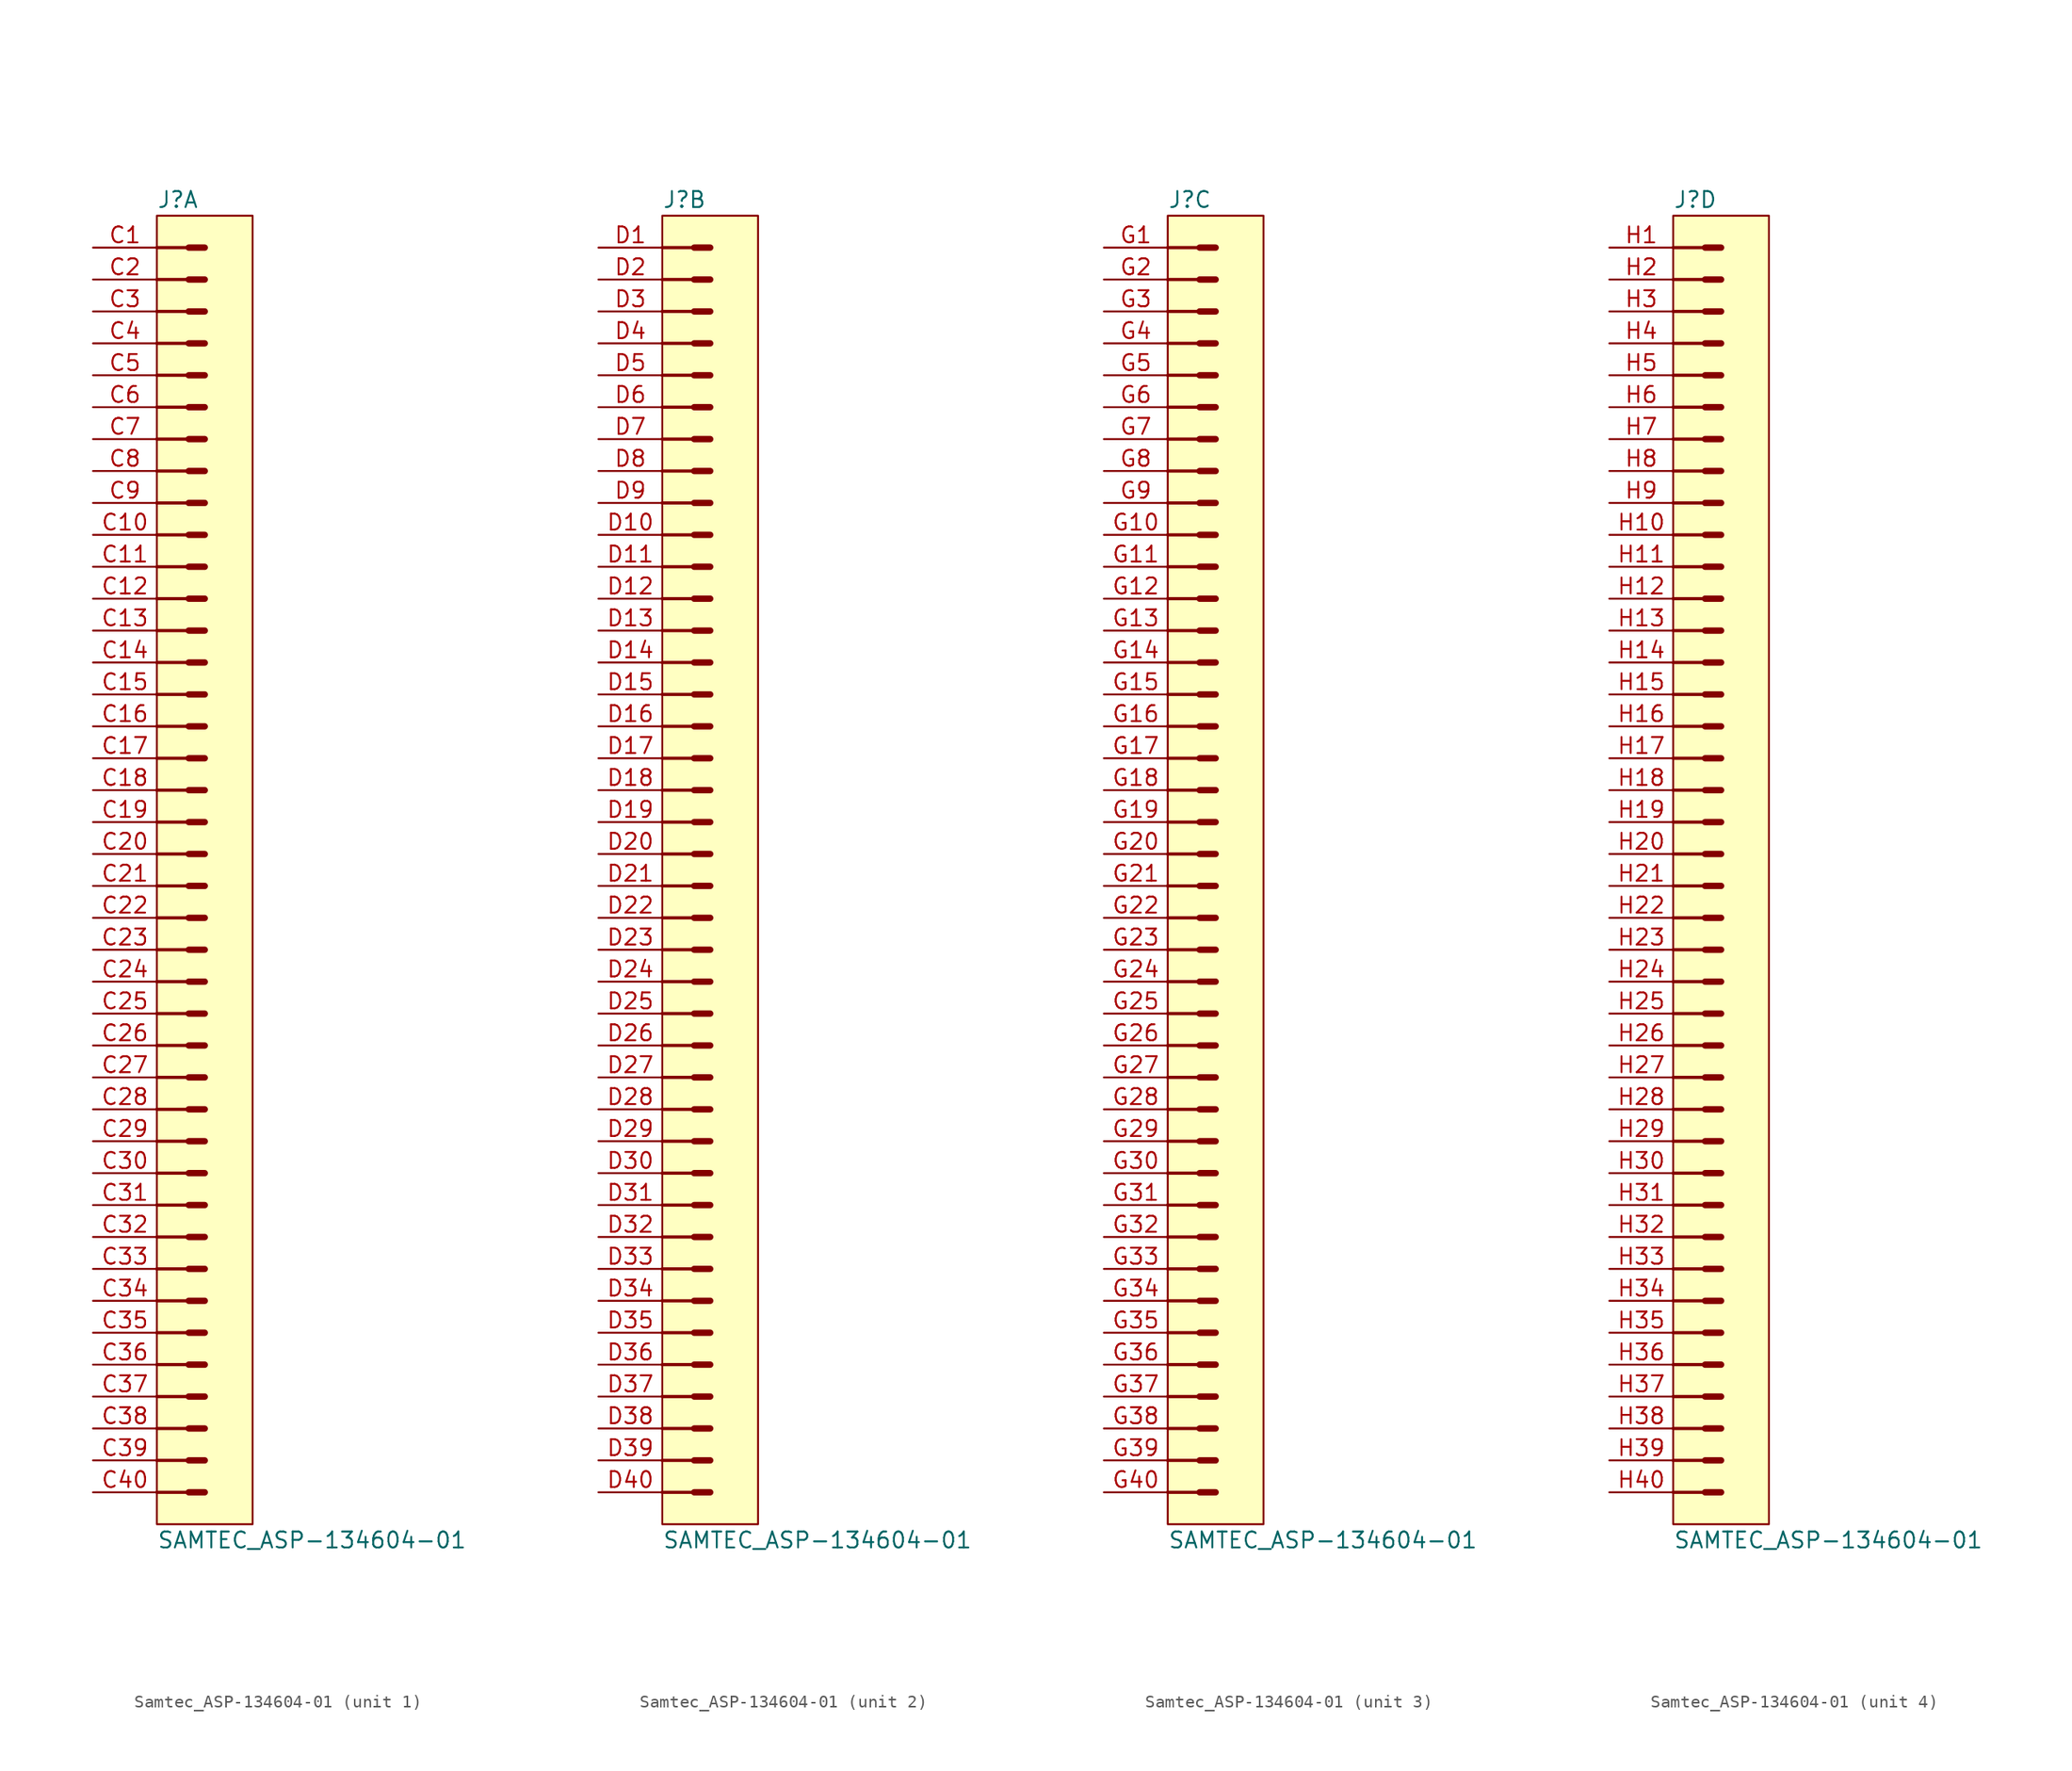
<source format=kicad_sym>
(kicad_symbol_lib
  (version 20220914)
  (generator kicad_symbol_editor)
  (symbol "Samtec_ASP-134604-01"
    (pin_names
      (offset 1.016) hide)
    (property "Reference" "J"
      (at 0 1.27 0)
      (effects (font (size 1.27 1.27)) (justify left)))
    (property "Value" "SAMTEC_ASP-134604-01"
      (at 0 -105.41 0)
      (effects (font (size 1.27 1.27)) (justify left)))
    (symbol "Samtec_ASP-134604-01_1_1"
      (rectangle (start 0 -104.14) (end 7.62 0) (stroke (width 0) (type solid)) (fill (type background)))
      (polyline (pts (xy 0 -101.6) (xy 2.54 -101.6)) (stroke (width 0.254) (type solid)) (fill (type none)))
      (polyline (pts (xy 0 -99.06) (xy 2.54 -99.06)) (stroke (width 0.254) (type solid)) (fill (type none)))
      (polyline (pts (xy 0 -96.52) (xy 2.54 -96.52)) (stroke (width 0.254) (type solid)) (fill (type none)))
      (polyline (pts (xy 0 -93.98) (xy 2.54 -93.98)) (stroke (width 0.254) (type solid)) (fill (type none)))
      (polyline (pts (xy 0 -91.44) (xy 2.54 -91.44)) (stroke (width 0.254) (type solid)) (fill (type none)))
      (polyline (pts (xy 0 -88.9) (xy 2.54 -88.9)) (stroke (width 0.254) (type solid)) (fill (type none)))
      (polyline (pts (xy 0 -86.36) (xy 2.54 -86.36)) (stroke (width 0.254) (type solid)) (fill (type none)))
      (polyline (pts (xy 0 -83.82) (xy 2.54 -83.82)) (stroke (width 0.254) (type solid)) (fill (type none)))
      (polyline (pts (xy 0 -81.28) (xy 2.54 -81.28)) (stroke (width 0.254) (type solid)) (fill (type none)))
      (polyline (pts (xy 0 -78.74) (xy 2.54 -78.74)) (stroke (width 0.254) (type solid)) (fill (type none)))
      (polyline (pts (xy 0 -76.2) (xy 2.54 -76.2)) (stroke (width 0.254) (type solid)) (fill (type none)))
      (polyline (pts (xy 0 -73.66) (xy 2.54 -73.66)) (stroke (width 0.254) (type solid)) (fill (type none)))
      (polyline (pts (xy 0 -71.12) (xy 2.54 -71.12)) (stroke (width 0.254) (type solid)) (fill (type none)))
      (polyline (pts (xy 0 -68.58) (xy 2.54 -68.58)) (stroke (width 0.254) (type solid)) (fill (type none)))
      (polyline (pts (xy 0 -66.04) (xy 2.54 -66.04)) (stroke (width 0.254) (type solid)) (fill (type none)))
      (polyline (pts (xy 0 -63.5) (xy 2.54 -63.5)) (stroke (width 0.254) (type solid)) (fill (type none)))
      (polyline (pts (xy 0 -60.96) (xy 2.54 -60.96)) (stroke (width 0.254) (type solid)) (fill (type none)))
      (polyline (pts (xy 0 -58.42) (xy 2.54 -58.42)) (stroke (width 0.254) (type solid)) (fill (type none)))
      (polyline (pts (xy 0 -55.88) (xy 2.54 -55.88)) (stroke (width 0.254) (type solid)) (fill (type none)))
      (polyline (pts (xy 0 -53.34) (xy 2.54 -53.34)) (stroke (width 0.254) (type solid)) (fill (type none)))
      (polyline (pts (xy 0 -50.8) (xy 2.54 -50.8)) (stroke (width 0.254) (type solid)) (fill (type none)))
      (polyline (pts (xy 0 -48.26) (xy 2.54 -48.26)) (stroke (width 0.254) (type solid)) (fill (type none)))
      (polyline (pts (xy 0 -45.72) (xy 2.54 -45.72)) (stroke (width 0.254) (type solid)) (fill (type none)))
      (polyline (pts (xy 0 -43.18) (xy 2.54 -43.18)) (stroke (width 0.254) (type solid)) (fill (type none)))
      (polyline (pts (xy 0 -40.64) (xy 2.54 -40.64)) (stroke (width 0.254) (type solid)) (fill (type none)))
      (polyline (pts (xy 0 -38.1) (xy 2.54 -38.1)) (stroke (width 0.254) (type solid)) (fill (type none)))
      (polyline (pts (xy 0 -35.56) (xy 2.54 -35.56)) (stroke (width 0.254) (type solid)) (fill (type none)))
      (polyline (pts (xy 0 -33.02) (xy 2.54 -33.02)) (stroke (width 0.254) (type solid)) (fill (type none)))
      (polyline (pts (xy 0 -30.48) (xy 2.54 -30.48)) (stroke (width 0.254) (type solid)) (fill (type none)))
      (polyline (pts (xy 0 -27.94) (xy 2.54 -27.94)) (stroke (width 0.254) (type solid)) (fill (type none)))
      (polyline (pts (xy 0 -25.4) (xy 2.54 -25.4)) (stroke (width 0.254) (type solid)) (fill (type none)))
      (polyline (pts (xy 0 -22.86) (xy 2.54 -22.86)) (stroke (width 0.254) (type solid)) (fill (type none)))
      (polyline (pts (xy 0 -20.32) (xy 2.54 -20.32)) (stroke (width 0.254) (type solid)) (fill (type none)))
      (polyline (pts (xy 0 -17.78) (xy 2.54 -17.78)) (stroke (width 0.254) (type solid)) (fill (type none)))
      (polyline (pts (xy 0 -15.24) (xy 2.54 -15.24)) (stroke (width 0.254) (type solid)) (fill (type none)))
      (polyline (pts (xy 0 -12.7) (xy 2.54 -12.7)) (stroke (width 0.254) (type solid)) (fill (type none)))
      (polyline (pts (xy 0 -10.16) (xy 2.54 -10.16)) (stroke (width 0.254) (type solid)) (fill (type none)))
      (polyline (pts (xy 0 -7.62) (xy 2.54 -7.62)) (stroke (width 0.254) (type solid)) (fill (type none)))
      (polyline (pts (xy 0 -5.08) (xy 2.54 -5.08)) (stroke (width 0.254) (type solid)) (fill (type none)))
      (polyline (pts (xy 0 -2.54) (xy 2.54 -2.54)) (stroke (width 0.254) (type solid)) (fill (type none)))
      (polyline (pts (xy 3.81 -101.6) (xy 2.54 -101.6)) (stroke (width 0.508) (type solid)) (fill (type none)))
      (polyline (pts (xy 3.81 -99.06) (xy 2.54 -99.06)) (stroke (width 0.508) (type solid)) (fill (type none)))
      (polyline (pts (xy 3.81 -96.52) (xy 2.54 -96.52)) (stroke (width 0.508) (type solid)) (fill (type none)))
      (polyline (pts (xy 3.81 -93.98) (xy 2.54 -93.98)) (stroke (width 0.508) (type solid)) (fill (type none)))
      (polyline (pts (xy 3.81 -91.44) (xy 2.54 -91.44)) (stroke (width 0.508) (type solid)) (fill (type none)))
      (polyline (pts (xy 3.81 -88.9) (xy 2.54 -88.9)) (stroke (width 0.508) (type solid)) (fill (type none)))
      (polyline (pts (xy 3.81 -86.36) (xy 2.54 -86.36)) (stroke (width 0.508) (type solid)) (fill (type none)))
      (polyline (pts (xy 3.81 -83.82) (xy 2.54 -83.82)) (stroke (width 0.508) (type solid)) (fill (type none)))
      (polyline (pts (xy 3.81 -81.28) (xy 2.54 -81.28)) (stroke (width 0.508) (type solid)) (fill (type none)))
      (polyline (pts (xy 3.81 -78.74) (xy 2.54 -78.74)) (stroke (width 0.508) (type solid)) (fill (type none)))
      (polyline (pts (xy 3.81 -76.2) (xy 2.54 -76.2)) (stroke (width 0.508) (type solid)) (fill (type none)))
      (polyline (pts (xy 3.81 -73.66) (xy 2.54 -73.66)) (stroke (width 0.508) (type solid)) (fill (type none)))
      (polyline (pts (xy 3.81 -71.12) (xy 2.54 -71.12)) (stroke (width 0.508) (type solid)) (fill (type none)))
      (polyline (pts (xy 3.81 -68.58) (xy 2.54 -68.58)) (stroke (width 0.508) (type solid)) (fill (type none)))
      (polyline (pts (xy 3.81 -66.04) (xy 2.54 -66.04)) (stroke (width 0.508) (type solid)) (fill (type none)))
      (polyline (pts (xy 3.81 -63.5) (xy 2.54 -63.5)) (stroke (width 0.508) (type solid)) (fill (type none)))
      (polyline (pts (xy 3.81 -60.96) (xy 2.54 -60.96)) (stroke (width 0.508) (type solid)) (fill (type none)))
      (polyline (pts (xy 3.81 -58.42) (xy 2.54 -58.42)) (stroke (width 0.508) (type solid)) (fill (type none)))
      (polyline (pts (xy 3.81 -55.88) (xy 2.54 -55.88)) (stroke (width 0.508) (type solid)) (fill (type none)))
      (polyline (pts (xy 3.81 -53.34) (xy 2.54 -53.34)) (stroke (width 0.508) (type solid)) (fill (type none)))
      (polyline (pts (xy 3.81 -50.8) (xy 2.54 -50.8)) (stroke (width 0.508) (type solid)) (fill (type none)))
      (polyline (pts (xy 3.81 -48.26) (xy 2.54 -48.26)) (stroke (width 0.508) (type solid)) (fill (type none)))
      (polyline (pts (xy 3.81 -45.72) (xy 2.54 -45.72)) (stroke (width 0.508) (type solid)) (fill (type none)))
      (polyline (pts (xy 3.81 -43.18) (xy 2.54 -43.18)) (stroke (width 0.508) (type solid)) (fill (type none)))
      (polyline (pts (xy 3.81 -40.64) (xy 2.54 -40.64)) (stroke (width 0.508) (type solid)) (fill (type none)))
      (polyline (pts (xy 3.81 -38.1) (xy 2.54 -38.1)) (stroke (width 0.508) (type solid)) (fill (type none)))
      (polyline (pts (xy 3.81 -35.56) (xy 2.54 -35.56)) (stroke (width 0.508) (type solid)) (fill (type none)))
      (polyline (pts (xy 3.81 -33.02) (xy 2.54 -33.02)) (stroke (width 0.508) (type solid)) (fill (type none)))
      (polyline (pts (xy 3.81 -30.48) (xy 2.54 -30.48)) (stroke (width 0.508) (type solid)) (fill (type none)))
      (polyline (pts (xy 3.81 -27.94) (xy 2.54 -27.94)) (stroke (width 0.508) (type solid)) (fill (type none)))
      (polyline (pts (xy 3.81 -25.4) (xy 2.54 -25.4)) (stroke (width 0.508) (type solid)) (fill (type none)))
      (polyline (pts (xy 3.81 -22.86) (xy 2.54 -22.86)) (stroke (width 0.508) (type solid)) (fill (type none)))
      (polyline (pts (xy 3.81 -20.32) (xy 2.54 -20.32)) (stroke (width 0.508) (type solid)) (fill (type none)))
      (polyline (pts (xy 3.81 -17.78) (xy 2.54 -17.78)) (stroke (width 0.508) (type solid)) (fill (type none)))
      (polyline (pts (xy 3.81 -15.24) (xy 2.54 -15.24)) (stroke (width 0.508) (type solid)) (fill (type none)))
      (polyline (pts (xy 3.81 -12.7) (xy 2.54 -12.7)) (stroke (width 0.508) (type solid)) (fill (type none)))
      (polyline (pts (xy 3.81 -10.16) (xy 2.54 -10.16)) (stroke (width 0.508) (type solid)) (fill (type none)))
      (polyline (pts (xy 3.81 -7.62) (xy 2.54 -7.62)) (stroke (width 0.508) (type solid)) (fill (type none)))
      (polyline (pts (xy 3.81 -5.08) (xy 2.54 -5.08)) (stroke (width 0.508) (type solid)) (fill (type none)))
      (polyline (pts (xy 3.81 -2.54) (xy 2.54 -2.54)) (stroke (width 0.508) (type solid)) (fill (type none)))
      (pin passive line (at -5.08 -2.54 0) (length 5.08) (name "Pin_1" (effects (font (size 1.27 1.27)))) (number "C1" (effects (font (size 1.27 1.27)))))
      (pin passive line (at -5.08 -25.4 0) (length 5.08) (name "Pin_10" (effects (font (size 1.27 1.27)))) (number "C10" (effects (font (size 1.27 1.27)))))
      (pin passive line (at -5.08 -27.94 0) (length 5.08) (name "Pin_11" (effects (font (size 1.27 1.27)))) (number "C11" (effects (font (size 1.27 1.27)))))
      (pin passive line (at -5.08 -30.48 0) (length 5.08) (name "Pin_12" (effects (font (size 1.27 1.27)))) (number "C12" (effects (font (size 1.27 1.27)))))
      (pin passive line (at -5.08 -33.02 0) (length 5.08) (name "Pin_13" (effects (font (size 1.27 1.27)))) (number "C13" (effects (font (size 1.27 1.27)))))
      (pin passive line (at -5.08 -35.56 0) (length 5.08) (name "Pin_14" (effects (font (size 1.27 1.27)))) (number "C14" (effects (font (size 1.27 1.27)))))
      (pin passive line (at -5.08 -38.1 0) (length 5.08) (name "Pin_15" (effects (font (size 1.27 1.27)))) (number "C15" (effects (font (size 1.27 1.27)))))
      (pin passive line (at -5.08 -40.64 0) (length 5.08) (name "Pin_16" (effects (font (size 1.27 1.27)))) (number "C16" (effects (font (size 1.27 1.27)))))
      (pin passive line (at -5.08 -43.18 0) (length 5.08) (name "Pin_17" (effects (font (size 1.27 1.27)))) (number "C17" (effects (font (size 1.27 1.27)))))
      (pin passive line (at -5.08 -45.72 0) (length 5.08) (name "Pin_18" (effects (font (size 1.27 1.27)))) (number "C18" (effects (font (size 1.27 1.27)))))
      (pin passive line (at -5.08 -48.26 0) (length 5.08) (name "Pin_19" (effects (font (size 1.27 1.27)))) (number "C19" (effects (font (size 1.27 1.27)))))
      (pin passive line (at -5.08 -5.08 0) (length 5.08) (name "Pin_2" (effects (font (size 1.27 1.27)))) (number "C2" (effects (font (size 1.27 1.27)))))
      (pin passive line (at -5.08 -50.8 0) (length 5.08) (name "Pin_20" (effects (font (size 1.27 1.27)))) (number "C20" (effects (font (size 1.27 1.27)))))
      (pin passive line (at -5.08 -53.34 0) (length 5.08) (name "Pin_21" (effects (font (size 1.27 1.27)))) (number "C21" (effects (font (size 1.27 1.27)))))
      (pin passive line (at -5.08 -55.88 0) (length 5.08) (name "Pin_22" (effects (font (size 1.27 1.27)))) (number "C22" (effects (font (size 1.27 1.27)))))
      (pin passive line (at -5.08 -58.42 0) (length 5.08) (name "Pin_23" (effects (font (size 1.27 1.27)))) (number "C23" (effects (font (size 1.27 1.27)))))
      (pin passive line (at -5.08 -60.96 0) (length 5.08) (name "Pin_24" (effects (font (size 1.27 1.27)))) (number "C24" (effects (font (size 1.27 1.27)))))
      (pin passive line (at -5.08 -63.5 0) (length 5.08) (name "Pin_25" (effects (font (size 1.27 1.27)))) (number "C25" (effects (font (size 1.27 1.27)))))
      (pin passive line (at -5.08 -66.04 0) (length 5.08) (name "Pin_26" (effects (font (size 1.27 1.27)))) (number "C26" (effects (font (size 1.27 1.27)))))
      (pin passive line (at -5.08 -68.58 0) (length 5.08) (name "Pin_27" (effects (font (size 1.27 1.27)))) (number "C27" (effects (font (size 1.27 1.27)))))
      (pin passive line (at -5.08 -71.12 0) (length 5.08) (name "Pin_28" (effects (font (size 1.27 1.27)))) (number "C28" (effects (font (size 1.27 1.27)))))
      (pin passive line (at -5.08 -73.66 0) (length 5.08) (name "Pin_29" (effects (font (size 1.27 1.27)))) (number "C29" (effects (font (size 1.27 1.27)))))
      (pin passive line (at -5.08 -7.62 0) (length 5.08) (name "Pin_3" (effects (font (size 1.27 1.27)))) (number "C3" (effects (font (size 1.27 1.27)))))
      (pin passive line (at -5.08 -76.2 0) (length 5.08) (name "Pin_30" (effects (font (size 1.27 1.27)))) (number "C30" (effects (font (size 1.27 1.27)))))
      (pin passive line (at -5.08 -78.74 0) (length 5.08) (name "Pin_31" (effects (font (size 1.27 1.27)))) (number "C31" (effects (font (size 1.27 1.27)))))
      (pin passive line (at -5.08 -81.28 0) (length 5.08) (name "Pin_32" (effects (font (size 1.27 1.27)))) (number "C32" (effects (font (size 1.27 1.27)))))
      (pin passive line (at -5.08 -83.82 0) (length 5.08) (name "Pin_33" (effects (font (size 1.27 1.27)))) (number "C33" (effects (font (size 1.27 1.27)))))
      (pin passive line (at -5.08 -86.36 0) (length 5.08) (name "Pin_34" (effects (font (size 1.27 1.27)))) (number "C34" (effects (font (size 1.27 1.27)))))
      (pin passive line (at -5.08 -88.9 0) (length 5.08) (name "Pin_35" (effects (font (size 1.27 1.27)))) (number "C35" (effects (font (size 1.27 1.27)))))
      (pin passive line (at -5.08 -91.44 0) (length 5.08) (name "Pin_36" (effects (font (size 1.27 1.27)))) (number "C36" (effects (font (size 1.27 1.27)))))
      (pin passive line (at -5.08 -93.98 0) (length 5.08) (name "Pin_37" (effects (font (size 1.27 1.27)))) (number "C37" (effects (font (size 1.27 1.27)))))
      (pin passive line (at -5.08 -96.52 0) (length 5.08) (name "Pin_38" (effects (font (size 1.27 1.27)))) (number "C38" (effects (font (size 1.27 1.27)))))
      (pin passive line (at -5.08 -99.06 0) (length 5.08) (name "Pin_39" (effects (font (size 1.27 1.27)))) (number "C39" (effects (font (size 1.27 1.27)))))
      (pin passive line (at -5.08 -10.16 0) (length 5.08) (name "Pin_4" (effects (font (size 1.27 1.27)))) (number "C4" (effects (font (size 1.27 1.27)))))
      (pin passive line (at -5.08 -101.6 0) (length 5.08) (name "Pin_40" (effects (font (size 1.27 1.27)))) (number "C40" (effects (font (size 1.27 1.27)))))
      (pin passive line (at -5.08 -12.7 0) (length 5.08) (name "Pin_5" (effects (font (size 1.27 1.27)))) (number "C5" (effects (font (size 1.27 1.27)))))
      (pin passive line (at -5.08 -15.24 0) (length 5.08) (name "Pin_6" (effects (font (size 1.27 1.27)))) (number "C6" (effects (font (size 1.27 1.27)))))
      (pin passive line (at -5.08 -17.78 0) (length 5.08) (name "Pin_7" (effects (font (size 1.27 1.27)))) (number "C7" (effects (font (size 1.27 1.27)))))
      (pin passive line (at -5.08 -20.32 0) (length 5.08) (name "Pin_8" (effects (font (size 1.27 1.27)))) (number "C8" (effects (font (size 1.27 1.27)))))
      (pin passive line (at -5.08 -22.86 0) (length 5.08) (name "Pin_9" (effects (font (size 1.27 1.27)))) (number "C9" (effects (font (size 1.27 1.27))))))
    (symbol "Samtec_ASP-134604-01_2_1"
      (rectangle (start 0 -104.14) (end 7.62 0) (stroke (width 0) (type solid)) (fill (type background)))
      (polyline (pts (xy 0 -101.6) (xy 2.54 -101.6)) (stroke (width 0.254) (type solid)) (fill (type none)))
      (polyline (pts (xy 0 -99.06) (xy 2.54 -99.06)) (stroke (width 0.254) (type solid)) (fill (type none)))
      (polyline (pts (xy 0 -96.52) (xy 2.54 -96.52)) (stroke (width 0.254) (type solid)) (fill (type none)))
      (polyline (pts (xy 0 -93.98) (xy 2.54 -93.98)) (stroke (width 0.254) (type solid)) (fill (type none)))
      (polyline (pts (xy 0 -91.44) (xy 2.54 -91.44)) (stroke (width 0.254) (type solid)) (fill (type none)))
      (polyline (pts (xy 0 -88.9) (xy 2.54 -88.9)) (stroke (width 0.254) (type solid)) (fill (type none)))
      (polyline (pts (xy 0 -86.36) (xy 2.54 -86.36)) (stroke (width 0.254) (type solid)) (fill (type none)))
      (polyline (pts (xy 0 -83.82) (xy 2.54 -83.82)) (stroke (width 0.254) (type solid)) (fill (type none)))
      (polyline (pts (xy 0 -81.28) (xy 2.54 -81.28)) (stroke (width 0.254) (type solid)) (fill (type none)))
      (polyline (pts (xy 0 -78.74) (xy 2.54 -78.74)) (stroke (width 0.254) (type solid)) (fill (type none)))
      (polyline (pts (xy 0 -76.2) (xy 2.54 -76.2)) (stroke (width 0.254) (type solid)) (fill (type none)))
      (polyline (pts (xy 0 -73.66) (xy 2.54 -73.66)) (stroke (width 0.254) (type solid)) (fill (type none)))
      (polyline (pts (xy 0 -71.12) (xy 2.54 -71.12)) (stroke (width 0.254) (type solid)) (fill (type none)))
      (polyline (pts (xy 0 -68.58) (xy 2.54 -68.58)) (stroke (width 0.254) (type solid)) (fill (type none)))
      (polyline (pts (xy 0 -66.04) (xy 2.54 -66.04)) (stroke (width 0.254) (type solid)) (fill (type none)))
      (polyline (pts (xy 0 -63.5) (xy 2.54 -63.5)) (stroke (width 0.254) (type solid)) (fill (type none)))
      (polyline (pts (xy 0 -60.96) (xy 2.54 -60.96)) (stroke (width 0.254) (type solid)) (fill (type none)))
      (polyline (pts (xy 0 -58.42) (xy 2.54 -58.42)) (stroke (width 0.254) (type solid)) (fill (type none)))
      (polyline (pts (xy 0 -55.88) (xy 2.54 -55.88)) (stroke (width 0.254) (type solid)) (fill (type none)))
      (polyline (pts (xy 0 -53.34) (xy 2.54 -53.34)) (stroke (width 0.254) (type solid)) (fill (type none)))
      (polyline (pts (xy 0 -50.8) (xy 2.54 -50.8)) (stroke (width 0.254) (type solid)) (fill (type none)))
      (polyline (pts (xy 0 -48.26) (xy 2.54 -48.26)) (stroke (width 0.254) (type solid)) (fill (type none)))
      (polyline (pts (xy 0 -45.72) (xy 2.54 -45.72)) (stroke (width 0.254) (type solid)) (fill (type none)))
      (polyline (pts (xy 0 -43.18) (xy 2.54 -43.18)) (stroke (width 0.254) (type solid)) (fill (type none)))
      (polyline (pts (xy 0 -40.64) (xy 2.54 -40.64)) (stroke (width 0.254) (type solid)) (fill (type none)))
      (polyline (pts (xy 0 -38.1) (xy 2.54 -38.1)) (stroke (width 0.254) (type solid)) (fill (type none)))
      (polyline (pts (xy 0 -35.56) (xy 2.54 -35.56)) (stroke (width 0.254) (type solid)) (fill (type none)))
      (polyline (pts (xy 0 -33.02) (xy 2.54 -33.02)) (stroke (width 0.254) (type solid)) (fill (type none)))
      (polyline (pts (xy 0 -30.48) (xy 2.54 -30.48)) (stroke (width 0.254) (type solid)) (fill (type none)))
      (polyline (pts (xy 0 -27.94) (xy 2.54 -27.94)) (stroke (width 0.254) (type solid)) (fill (type none)))
      (polyline (pts (xy 0 -25.4) (xy 2.54 -25.4)) (stroke (width 0.254) (type solid)) (fill (type none)))
      (polyline (pts (xy 0 -22.86) (xy 2.54 -22.86)) (stroke (width 0.254) (type solid)) (fill (type none)))
      (polyline (pts (xy 0 -20.32) (xy 2.54 -20.32)) (stroke (width 0.254) (type solid)) (fill (type none)))
      (polyline (pts (xy 0 -17.78) (xy 2.54 -17.78)) (stroke (width 0.254) (type solid)) (fill (type none)))
      (polyline (pts (xy 0 -15.24) (xy 2.54 -15.24)) (stroke (width 0.254) (type solid)) (fill (type none)))
      (polyline (pts (xy 0 -12.7) (xy 2.54 -12.7)) (stroke (width 0.254) (type solid)) (fill (type none)))
      (polyline (pts (xy 0 -10.16) (xy 2.54 -10.16)) (stroke (width 0.254) (type solid)) (fill (type none)))
      (polyline (pts (xy 0 -7.62) (xy 2.54 -7.62)) (stroke (width 0.254) (type solid)) (fill (type none)))
      (polyline (pts (xy 0 -5.08) (xy 2.54 -5.08)) (stroke (width 0.254) (type solid)) (fill (type none)))
      (polyline (pts (xy 0 -2.54) (xy 2.54 -2.54)) (stroke (width 0.254) (type solid)) (fill (type none)))
      (polyline (pts (xy 3.81 -101.6) (xy 2.54 -101.6)) (stroke (width 0.508) (type solid)) (fill (type none)))
      (polyline (pts (xy 3.81 -99.06) (xy 2.54 -99.06)) (stroke (width 0.508) (type solid)) (fill (type none)))
      (polyline (pts (xy 3.81 -96.52) (xy 2.54 -96.52)) (stroke (width 0.508) (type solid)) (fill (type none)))
      (polyline (pts (xy 3.81 -93.98) (xy 2.54 -93.98)) (stroke (width 0.508) (type solid)) (fill (type none)))
      (polyline (pts (xy 3.81 -91.44) (xy 2.54 -91.44)) (stroke (width 0.508) (type solid)) (fill (type none)))
      (polyline (pts (xy 3.81 -88.9) (xy 2.54 -88.9)) (stroke (width 0.508) (type solid)) (fill (type none)))
      (polyline (pts (xy 3.81 -86.36) (xy 2.54 -86.36)) (stroke (width 0.508) (type solid)) (fill (type none)))
      (polyline (pts (xy 3.81 -83.82) (xy 2.54 -83.82)) (stroke (width 0.508) (type solid)) (fill (type none)))
      (polyline (pts (xy 3.81 -81.28) (xy 2.54 -81.28)) (stroke (width 0.508) (type solid)) (fill (type none)))
      (polyline (pts (xy 3.81 -78.74) (xy 2.54 -78.74)) (stroke (width 0.508) (type solid)) (fill (type none)))
      (polyline (pts (xy 3.81 -76.2) (xy 2.54 -76.2)) (stroke (width 0.508) (type solid)) (fill (type none)))
      (polyline (pts (xy 3.81 -73.66) (xy 2.54 -73.66)) (stroke (width 0.508) (type solid)) (fill (type none)))
      (polyline (pts (xy 3.81 -71.12) (xy 2.54 -71.12)) (stroke (width 0.508) (type solid)) (fill (type none)))
      (polyline (pts (xy 3.81 -68.58) (xy 2.54 -68.58)) (stroke (width 0.508) (type solid)) (fill (type none)))
      (polyline (pts (xy 3.81 -66.04) (xy 2.54 -66.04)) (stroke (width 0.508) (type solid)) (fill (type none)))
      (polyline (pts (xy 3.81 -63.5) (xy 2.54 -63.5)) (stroke (width 0.508) (type solid)) (fill (type none)))
      (polyline (pts (xy 3.81 -60.96) (xy 2.54 -60.96)) (stroke (width 0.508) (type solid)) (fill (type none)))
      (polyline (pts (xy 3.81 -58.42) (xy 2.54 -58.42)) (stroke (width 0.508) (type solid)) (fill (type none)))
      (polyline (pts (xy 3.81 -55.88) (xy 2.54 -55.88)) (stroke (width 0.508) (type solid)) (fill (type none)))
      (polyline (pts (xy 3.81 -53.34) (xy 2.54 -53.34)) (stroke (width 0.508) (type solid)) (fill (type none)))
      (polyline (pts (xy 3.81 -50.8) (xy 2.54 -50.8)) (stroke (width 0.508) (type solid)) (fill (type none)))
      (polyline (pts (xy 3.81 -48.26) (xy 2.54 -48.26)) (stroke (width 0.508) (type solid)) (fill (type none)))
      (polyline (pts (xy 3.81 -45.72) (xy 2.54 -45.72)) (stroke (width 0.508) (type solid)) (fill (type none)))
      (polyline (pts (xy 3.81 -43.18) (xy 2.54 -43.18)) (stroke (width 0.508) (type solid)) (fill (type none)))
      (polyline (pts (xy 3.81 -40.64) (xy 2.54 -40.64)) (stroke (width 0.508) (type solid)) (fill (type none)))
      (polyline (pts (xy 3.81 -38.1) (xy 2.54 -38.1)) (stroke (width 0.508) (type solid)) (fill (type none)))
      (polyline (pts (xy 3.81 -35.56) (xy 2.54 -35.56)) (stroke (width 0.508) (type solid)) (fill (type none)))
      (polyline (pts (xy 3.81 -33.02) (xy 2.54 -33.02)) (stroke (width 0.508) (type solid)) (fill (type none)))
      (polyline (pts (xy 3.81 -30.48) (xy 2.54 -30.48)) (stroke (width 0.508) (type solid)) (fill (type none)))
      (polyline (pts (xy 3.81 -27.94) (xy 2.54 -27.94)) (stroke (width 0.508) (type solid)) (fill (type none)))
      (polyline (pts (xy 3.81 -25.4) (xy 2.54 -25.4)) (stroke (width 0.508) (type solid)) (fill (type none)))
      (polyline (pts (xy 3.81 -22.86) (xy 2.54 -22.86)) (stroke (width 0.508) (type solid)) (fill (type none)))
      (polyline (pts (xy 3.81 -20.32) (xy 2.54 -20.32)) (stroke (width 0.508) (type solid)) (fill (type none)))
      (polyline (pts (xy 3.81 -17.78) (xy 2.54 -17.78)) (stroke (width 0.508) (type solid)) (fill (type none)))
      (polyline (pts (xy 3.81 -15.24) (xy 2.54 -15.24)) (stroke (width 0.508) (type solid)) (fill (type none)))
      (polyline (pts (xy 3.81 -12.7) (xy 2.54 -12.7)) (stroke (width 0.508) (type solid)) (fill (type none)))
      (polyline (pts (xy 3.81 -10.16) (xy 2.54 -10.16)) (stroke (width 0.508) (type solid)) (fill (type none)))
      (polyline (pts (xy 3.81 -7.62) (xy 2.54 -7.62)) (stroke (width 0.508) (type solid)) (fill (type none)))
      (polyline (pts (xy 3.81 -5.08) (xy 2.54 -5.08)) (stroke (width 0.508) (type solid)) (fill (type none)))
      (polyline (pts (xy 3.81 -2.54) (xy 2.54 -2.54)) (stroke (width 0.508) (type solid)) (fill (type none)))
      (pin passive line (at -5.08 -2.54 0) (length 5.08) (name "d1" (effects (font (size 1.27 1.27)))) (number "D1" (effects (font (size 1.27 1.27)))))
      (pin passive line (at -5.08 -25.4 0) (length 5.08) (name "d10" (effects (font (size 1.27 1.27)))) (number "D10" (effects (font (size 1.27 1.27)))))
      (pin passive line (at -5.08 -27.94 0) (length 5.08) (name "d11" (effects (font (size 1.27 1.27)))) (number "D11" (effects (font (size 1.27 1.27)))))
      (pin passive line (at -5.08 -30.48 0) (length 5.08) (name "d12" (effects (font (size 1.27 1.27)))) (number "D12" (effects (font (size 1.27 1.27)))))
      (pin passive line (at -5.08 -33.02 0) (length 5.08) (name "d13" (effects (font (size 1.27 1.27)))) (number "D13" (effects (font (size 1.27 1.27)))))
      (pin passive line (at -5.08 -35.56 0) (length 5.08) (name "d14" (effects (font (size 1.27 1.27)))) (number "D14" (effects (font (size 1.27 1.27)))))
      (pin passive line (at -5.08 -38.1 0) (length 5.08) (name "d15" (effects (font (size 1.27 1.27)))) (number "D15" (effects (font (size 1.27 1.27)))))
      (pin passive line (at -5.08 -40.64 0) (length 5.08) (name "d16" (effects (font (size 1.27 1.27)))) (number "D16" (effects (font (size 1.27 1.27)))))
      (pin passive line (at -5.08 -43.18 0) (length 5.08) (name "d17" (effects (font (size 1.27 1.27)))) (number "D17" (effects (font (size 1.27 1.27)))))
      (pin passive line (at -5.08 -45.72 0) (length 5.08) (name "d18" (effects (font (size 1.27 1.27)))) (number "D18" (effects (font (size 1.27 1.27)))))
      (pin passive line (at -5.08 -48.26 0) (length 5.08) (name "d19" (effects (font (size 1.27 1.27)))) (number "D19" (effects (font (size 1.27 1.27)))))
      (pin passive line (at -5.08 -5.08 0) (length 5.08) (name "d2" (effects (font (size 1.27 1.27)))) (number "D2" (effects (font (size 1.27 1.27)))))
      (pin passive line (at -5.08 -50.8 0) (length 5.08) (name "d20" (effects (font (size 1.27 1.27)))) (number "D20" (effects (font (size 1.27 1.27)))))
      (pin passive line (at -5.08 -53.34 0) (length 5.08) (name "d21" (effects (font (size 1.27 1.27)))) (number "D21" (effects (font (size 1.27 1.27)))))
      (pin passive line (at -5.08 -55.88 0) (length 5.08) (name "d22" (effects (font (size 1.27 1.27)))) (number "D22" (effects (font (size 1.27 1.27)))))
      (pin passive line (at -5.08 -58.42 0) (length 5.08) (name "d23" (effects (font (size 1.27 1.27)))) (number "D23" (effects (font (size 1.27 1.27)))))
      (pin passive line (at -5.08 -60.96 0) (length 5.08) (name "d24" (effects (font (size 1.27 1.27)))) (number "D24" (effects (font (size 1.27 1.27)))))
      (pin passive line (at -5.08 -63.5 0) (length 5.08) (name "d25" (effects (font (size 1.27 1.27)))) (number "D25" (effects (font (size 1.27 1.27)))))
      (pin passive line (at -5.08 -66.04 0) (length 5.08) (name "d26" (effects (font (size 1.27 1.27)))) (number "D26" (effects (font (size 1.27 1.27)))))
      (pin passive line (at -5.08 -68.58 0) (length 5.08) (name "d27" (effects (font (size 1.27 1.27)))) (number "D27" (effects (font (size 1.27 1.27)))))
      (pin passive line (at -5.08 -71.12 0) (length 5.08) (name "d28" (effects (font (size 1.27 1.27)))) (number "D28" (effects (font (size 1.27 1.27)))))
      (pin passive line (at -5.08 -73.66 0) (length 5.08) (name "d29" (effects (font (size 1.27 1.27)))) (number "D29" (effects (font (size 1.27 1.27)))))
      (pin passive line (at -5.08 -7.62 0) (length 5.08) (name "d3" (effects (font (size 1.27 1.27)))) (number "D3" (effects (font (size 1.27 1.27)))))
      (pin passive line (at -5.08 -76.2 0) (length 5.08) (name "d30" (effects (font (size 1.27 1.27)))) (number "D30" (effects (font (size 1.27 1.27)))))
      (pin passive line (at -5.08 -78.74 0) (length 5.08) (name "d31" (effects (font (size 1.27 1.27)))) (number "D31" (effects (font (size 1.27 1.27)))))
      (pin passive line (at -5.08 -81.28 0) (length 5.08) (name "d32" (effects (font (size 1.27 1.27)))) (number "D32" (effects (font (size 1.27 1.27)))))
      (pin passive line (at -5.08 -83.82 0) (length 5.08) (name "d33" (effects (font (size 1.27 1.27)))) (number "D33" (effects (font (size 1.27 1.27)))))
      (pin passive line (at -5.08 -86.36 0) (length 5.08) (name "d34" (effects (font (size 1.27 1.27)))) (number "D34" (effects (font (size 1.27 1.27)))))
      (pin passive line (at -5.08 -88.9 0) (length 5.08) (name "d35" (effects (font (size 1.27 1.27)))) (number "D35" (effects (font (size 1.27 1.27)))))
      (pin passive line (at -5.08 -91.44 0) (length 5.08) (name "d36" (effects (font (size 1.27 1.27)))) (number "D36" (effects (font (size 1.27 1.27)))))
      (pin passive line (at -5.08 -93.98 0) (length 5.08) (name "d37" (effects (font (size 1.27 1.27)))) (number "D37" (effects (font (size 1.27 1.27)))))
      (pin passive line (at -5.08 -96.52 0) (length 5.08) (name "d38" (effects (font (size 1.27 1.27)))) (number "D38" (effects (font (size 1.27 1.27)))))
      (pin passive line (at -5.08 -99.06 0) (length 5.08) (name "d39" (effects (font (size 1.27 1.27)))) (number "D39" (effects (font (size 1.27 1.27)))))
      (pin passive line (at -5.08 -10.16 0) (length 5.08) (name "d4" (effects (font (size 1.27 1.27)))) (number "D4" (effects (font (size 1.27 1.27)))))
      (pin passive line (at -5.08 -101.6 0) (length 5.08) (name "d40" (effects (font (size 1.27 1.27)))) (number "D40" (effects (font (size 1.27 1.27)))))
      (pin passive line (at -5.08 -12.7 0) (length 5.08) (name "d5" (effects (font (size 1.27 1.27)))) (number "D5" (effects (font (size 1.27 1.27)))))
      (pin passive line (at -5.08 -15.24 0) (length 5.08) (name "d6" (effects (font (size 1.27 1.27)))) (number "D6" (effects (font (size 1.27 1.27)))))
      (pin passive line (at -5.08 -17.78 0) (length 5.08) (name "d7" (effects (font (size 1.27 1.27)))) (number "D7" (effects (font (size 1.27 1.27)))))
      (pin passive line (at -5.08 -20.32 0) (length 5.08) (name "d8" (effects (font (size 1.27 1.27)))) (number "D8" (effects (font (size 1.27 1.27)))))
      (pin passive line (at -5.08 -22.86 0) (length 5.08) (name "d9" (effects (font (size 1.27 1.27)))) (number "D9" (effects (font (size 1.27 1.27))))))
    (symbol "Samtec_ASP-134604-01_3_1"
      (rectangle (start 0 -104.14) (end 7.62 0) (stroke (width 0) (type solid)) (fill (type background)))
      (polyline (pts (xy 0 -101.6) (xy 2.54 -101.6)) (stroke (width 0.254) (type solid)) (fill (type none)))
      (polyline (pts (xy 0 -99.06) (xy 2.54 -99.06)) (stroke (width 0.254) (type solid)) (fill (type none)))
      (polyline (pts (xy 0 -96.52) (xy 2.54 -96.52)) (stroke (width 0.254) (type solid)) (fill (type none)))
      (polyline (pts (xy 0 -93.98) (xy 2.54 -93.98)) (stroke (width 0.254) (type solid)) (fill (type none)))
      (polyline (pts (xy 0 -91.44) (xy 2.54 -91.44)) (stroke (width 0.254) (type solid)) (fill (type none)))
      (polyline (pts (xy 0 -88.9) (xy 2.54 -88.9)) (stroke (width 0.254) (type solid)) (fill (type none)))
      (polyline (pts (xy 0 -86.36) (xy 2.54 -86.36)) (stroke (width 0.254) (type solid)) (fill (type none)))
      (polyline (pts (xy 0 -83.82) (xy 2.54 -83.82)) (stroke (width 0.254) (type solid)) (fill (type none)))
      (polyline (pts (xy 0 -81.28) (xy 2.54 -81.28)) (stroke (width 0.254) (type solid)) (fill (type none)))
      (polyline (pts (xy 0 -78.74) (xy 2.54 -78.74)) (stroke (width 0.254) (type solid)) (fill (type none)))
      (polyline (pts (xy 0 -76.2) (xy 2.54 -76.2)) (stroke (width 0.254) (type solid)) (fill (type none)))
      (polyline (pts (xy 0 -73.66) (xy 2.54 -73.66)) (stroke (width 0.254) (type solid)) (fill (type none)))
      (polyline (pts (xy 0 -71.12) (xy 2.54 -71.12)) (stroke (width 0.254) (type solid)) (fill (type none)))
      (polyline (pts (xy 0 -68.58) (xy 2.54 -68.58)) (stroke (width 0.254) (type solid)) (fill (type none)))
      (polyline (pts (xy 0 -66.04) (xy 2.54 -66.04)) (stroke (width 0.254) (type solid)) (fill (type none)))
      (polyline (pts (xy 0 -63.5) (xy 2.54 -63.5)) (stroke (width 0.254) (type solid)) (fill (type none)))
      (polyline (pts (xy 0 -60.96) (xy 2.54 -60.96)) (stroke (width 0.254) (type solid)) (fill (type none)))
      (polyline (pts (xy 0 -58.42) (xy 2.54 -58.42)) (stroke (width 0.254) (type solid)) (fill (type none)))
      (polyline (pts (xy 0 -55.88) (xy 2.54 -55.88)) (stroke (width 0.254) (type solid)) (fill (type none)))
      (polyline (pts (xy 0 -53.34) (xy 2.54 -53.34)) (stroke (width 0.254) (type solid)) (fill (type none)))
      (polyline (pts (xy 0 -50.8) (xy 2.54 -50.8)) (stroke (width 0.254) (type solid)) (fill (type none)))
      (polyline (pts (xy 0 -48.26) (xy 2.54 -48.26)) (stroke (width 0.254) (type solid)) (fill (type none)))
      (polyline (pts (xy 0 -45.72) (xy 2.54 -45.72)) (stroke (width 0.254) (type solid)) (fill (type none)))
      (polyline (pts (xy 0 -43.18) (xy 2.54 -43.18)) (stroke (width 0.254) (type solid)) (fill (type none)))
      (polyline (pts (xy 0 -40.64) (xy 2.54 -40.64)) (stroke (width 0.254) (type solid)) (fill (type none)))
      (polyline (pts (xy 0 -38.1) (xy 2.54 -38.1)) (stroke (width 0.254) (type solid)) (fill (type none)))
      (polyline (pts (xy 0 -35.56) (xy 2.54 -35.56)) (stroke (width 0.254) (type solid)) (fill (type none)))
      (polyline (pts (xy 0 -33.02) (xy 2.54 -33.02)) (stroke (width 0.254) (type solid)) (fill (type none)))
      (polyline (pts (xy 0 -30.48) (xy 2.54 -30.48)) (stroke (width 0.254) (type solid)) (fill (type none)))
      (polyline (pts (xy 0 -27.94) (xy 2.54 -27.94)) (stroke (width 0.254) (type solid)) (fill (type none)))
      (polyline (pts (xy 0 -25.4) (xy 2.54 -25.4)) (stroke (width 0.254) (type solid)) (fill (type none)))
      (polyline (pts (xy 0 -22.86) (xy 2.54 -22.86)) (stroke (width 0.254) (type solid)) (fill (type none)))
      (polyline (pts (xy 0 -20.32) (xy 2.54 -20.32)) (stroke (width 0.254) (type solid)) (fill (type none)))
      (polyline (pts (xy 0 -17.78) (xy 2.54 -17.78)) (stroke (width 0.254) (type solid)) (fill (type none)))
      (polyline (pts (xy 0 -15.24) (xy 2.54 -15.24)) (stroke (width 0.254) (type solid)) (fill (type none)))
      (polyline (pts (xy 0 -12.7) (xy 2.54 -12.7)) (stroke (width 0.254) (type solid)) (fill (type none)))
      (polyline (pts (xy 0 -10.16) (xy 2.54 -10.16)) (stroke (width 0.254) (type solid)) (fill (type none)))
      (polyline (pts (xy 0 -7.62) (xy 2.54 -7.62)) (stroke (width 0.254) (type solid)) (fill (type none)))
      (polyline (pts (xy 0 -5.08) (xy 2.54 -5.08)) (stroke (width 0.254) (type solid)) (fill (type none)))
      (polyline (pts (xy 0 -2.54) (xy 2.54 -2.54)) (stroke (width 0.254) (type solid)) (fill (type none)))
      (polyline (pts (xy 3.81 -101.6) (xy 2.54 -101.6)) (stroke (width 0.508) (type solid)) (fill (type none)))
      (polyline (pts (xy 3.81 -99.06) (xy 2.54 -99.06)) (stroke (width 0.508) (type solid)) (fill (type none)))
      (polyline (pts (xy 3.81 -96.52) (xy 2.54 -96.52)) (stroke (width 0.508) (type solid)) (fill (type none)))
      (polyline (pts (xy 3.81 -93.98) (xy 2.54 -93.98)) (stroke (width 0.508) (type solid)) (fill (type none)))
      (polyline (pts (xy 3.81 -91.44) (xy 2.54 -91.44)) (stroke (width 0.508) (type solid)) (fill (type none)))
      (polyline (pts (xy 3.81 -88.9) (xy 2.54 -88.9)) (stroke (width 0.508) (type solid)) (fill (type none)))
      (polyline (pts (xy 3.81 -86.36) (xy 2.54 -86.36)) (stroke (width 0.508) (type solid)) (fill (type none)))
      (polyline (pts (xy 3.81 -83.82) (xy 2.54 -83.82)) (stroke (width 0.508) (type solid)) (fill (type none)))
      (polyline (pts (xy 3.81 -81.28) (xy 2.54 -81.28)) (stroke (width 0.508) (type solid)) (fill (type none)))
      (polyline (pts (xy 3.81 -78.74) (xy 2.54 -78.74)) (stroke (width 0.508) (type solid)) (fill (type none)))
      (polyline (pts (xy 3.81 -76.2) (xy 2.54 -76.2)) (stroke (width 0.508) (type solid)) (fill (type none)))
      (polyline (pts (xy 3.81 -73.66) (xy 2.54 -73.66)) (stroke (width 0.508) (type solid)) (fill (type none)))
      (polyline (pts (xy 3.81 -71.12) (xy 2.54 -71.12)) (stroke (width 0.508) (type solid)) (fill (type none)))
      (polyline (pts (xy 3.81 -68.58) (xy 2.54 -68.58)) (stroke (width 0.508) (type solid)) (fill (type none)))
      (polyline (pts (xy 3.81 -66.04) (xy 2.54 -66.04)) (stroke (width 0.508) (type solid)) (fill (type none)))
      (polyline (pts (xy 3.81 -63.5) (xy 2.54 -63.5)) (stroke (width 0.508) (type solid)) (fill (type none)))
      (polyline (pts (xy 3.81 -60.96) (xy 2.54 -60.96)) (stroke (width 0.508) (type solid)) (fill (type none)))
      (polyline (pts (xy 3.81 -58.42) (xy 2.54 -58.42)) (stroke (width 0.508) (type solid)) (fill (type none)))
      (polyline (pts (xy 3.81 -55.88) (xy 2.54 -55.88)) (stroke (width 0.508) (type solid)) (fill (type none)))
      (polyline (pts (xy 3.81 -53.34) (xy 2.54 -53.34)) (stroke (width 0.508) (type solid)) (fill (type none)))
      (polyline (pts (xy 3.81 -50.8) (xy 2.54 -50.8)) (stroke (width 0.508) (type solid)) (fill (type none)))
      (polyline (pts (xy 3.81 -48.26) (xy 2.54 -48.26)) (stroke (width 0.508) (type solid)) (fill (type none)))
      (polyline (pts (xy 3.81 -45.72) (xy 2.54 -45.72)) (stroke (width 0.508) (type solid)) (fill (type none)))
      (polyline (pts (xy 3.81 -43.18) (xy 2.54 -43.18)) (stroke (width 0.508) (type solid)) (fill (type none)))
      (polyline (pts (xy 3.81 -40.64) (xy 2.54 -40.64)) (stroke (width 0.508) (type solid)) (fill (type none)))
      (polyline (pts (xy 3.81 -38.1) (xy 2.54 -38.1)) (stroke (width 0.508) (type solid)) (fill (type none)))
      (polyline (pts (xy 3.81 -35.56) (xy 2.54 -35.56)) (stroke (width 0.508) (type solid)) (fill (type none)))
      (polyline (pts (xy 3.81 -33.02) (xy 2.54 -33.02)) (stroke (width 0.508) (type solid)) (fill (type none)))
      (polyline (pts (xy 3.81 -30.48) (xy 2.54 -30.48)) (stroke (width 0.508) (type solid)) (fill (type none)))
      (polyline (pts (xy 3.81 -27.94) (xy 2.54 -27.94)) (stroke (width 0.508) (type solid)) (fill (type none)))
      (polyline (pts (xy 3.81 -25.4) (xy 2.54 -25.4)) (stroke (width 0.508) (type solid)) (fill (type none)))
      (polyline (pts (xy 3.81 -22.86) (xy 2.54 -22.86)) (stroke (width 0.508) (type solid)) (fill (type none)))
      (polyline (pts (xy 3.81 -20.32) (xy 2.54 -20.32)) (stroke (width 0.508) (type solid)) (fill (type none)))
      (polyline (pts (xy 3.81 -17.78) (xy 2.54 -17.78)) (stroke (width 0.508) (type solid)) (fill (type none)))
      (polyline (pts (xy 3.81 -15.24) (xy 2.54 -15.24)) (stroke (width 0.508) (type solid)) (fill (type none)))
      (polyline (pts (xy 3.81 -12.7) (xy 2.54 -12.7)) (stroke (width 0.508) (type solid)) (fill (type none)))
      (polyline (pts (xy 3.81 -10.16) (xy 2.54 -10.16)) (stroke (width 0.508) (type solid)) (fill (type none)))
      (polyline (pts (xy 3.81 -7.62) (xy 2.54 -7.62)) (stroke (width 0.508) (type solid)) (fill (type none)))
      (polyline (pts (xy 3.81 -5.08) (xy 2.54 -5.08)) (stroke (width 0.508) (type solid)) (fill (type none)))
      (polyline (pts (xy 3.81 -2.54) (xy 2.54 -2.54)) (stroke (width 0.508) (type solid)) (fill (type none)))
      (pin passive line (at -5.08 -2.54 0) (length 5.08) (name "g1" (effects (font (size 1.27 1.27)))) (number "G1" (effects (font (size 1.27 1.27)))))
      (pin passive line (at -5.08 -25.4 0) (length 5.08) (name "g10" (effects (font (size 1.27 1.27)))) (number "G10" (effects (font (size 1.27 1.27)))))
      (pin passive line (at -5.08 -27.94 0) (length 5.08) (name "g11" (effects (font (size 1.27 1.27)))) (number "G11" (effects (font (size 1.27 1.27)))))
      (pin passive line (at -5.08 -30.48 0) (length 5.08) (name "g12" (effects (font (size 1.27 1.27)))) (number "G12" (effects (font (size 1.27 1.27)))))
      (pin passive line (at -5.08 -33.02 0) (length 5.08) (name "g13" (effects (font (size 1.27 1.27)))) (number "G13" (effects (font (size 1.27 1.27)))))
      (pin passive line (at -5.08 -35.56 0) (length 5.08) (name "g14" (effects (font (size 1.27 1.27)))) (number "G14" (effects (font (size 1.27 1.27)))))
      (pin passive line (at -5.08 -38.1 0) (length 5.08) (name "g15" (effects (font (size 1.27 1.27)))) (number "G15" (effects (font (size 1.27 1.27)))))
      (pin passive line (at -5.08 -40.64 0) (length 5.08) (name "g16" (effects (font (size 1.27 1.27)))) (number "G16" (effects (font (size 1.27 1.27)))))
      (pin passive line (at -5.08 -43.18 0) (length 5.08) (name "g17" (effects (font (size 1.27 1.27)))) (number "G17" (effects (font (size 1.27 1.27)))))
      (pin passive line (at -5.08 -45.72 0) (length 5.08) (name "g18" (effects (font (size 1.27 1.27)))) (number "G18" (effects (font (size 1.27 1.27)))))
      (pin passive line (at -5.08 -48.26 0) (length 5.08) (name "g19" (effects (font (size 1.27 1.27)))) (number "G19" (effects (font (size 1.27 1.27)))))
      (pin passive line (at -5.08 -5.08 0) (length 5.08) (name "g2" (effects (font (size 1.27 1.27)))) (number "G2" (effects (font (size 1.27 1.27)))))
      (pin passive line (at -5.08 -50.8 0) (length 5.08) (name "g20" (effects (font (size 1.27 1.27)))) (number "G20" (effects (font (size 1.27 1.27)))))
      (pin passive line (at -5.08 -53.34 0) (length 5.08) (name "g21" (effects (font (size 1.27 1.27)))) (number "G21" (effects (font (size 1.27 1.27)))))
      (pin passive line (at -5.08 -55.88 0) (length 5.08) (name "g22" (effects (font (size 1.27 1.27)))) (number "G22" (effects (font (size 1.27 1.27)))))
      (pin passive line (at -5.08 -58.42 0) (length 5.08) (name "g23" (effects (font (size 1.27 1.27)))) (number "G23" (effects (font (size 1.27 1.27)))))
      (pin passive line (at -5.08 -60.96 0) (length 5.08) (name "g24" (effects (font (size 1.27 1.27)))) (number "G24" (effects (font (size 1.27 1.27)))))
      (pin passive line (at -5.08 -63.5 0) (length 5.08) (name "g25" (effects (font (size 1.27 1.27)))) (number "G25" (effects (font (size 1.27 1.27)))))
      (pin passive line (at -5.08 -66.04 0) (length 5.08) (name "g26" (effects (font (size 1.27 1.27)))) (number "G26" (effects (font (size 1.27 1.27)))))
      (pin passive line (at -5.08 -68.58 0) (length 5.08) (name "g27" (effects (font (size 1.27 1.27)))) (number "G27" (effects (font (size 1.27 1.27)))))
      (pin passive line (at -5.08 -71.12 0) (length 5.08) (name "g28" (effects (font (size 1.27 1.27)))) (number "G28" (effects (font (size 1.27 1.27)))))
      (pin passive line (at -5.08 -73.66 0) (length 5.08) (name "g29" (effects (font (size 1.27 1.27)))) (number "G29" (effects (font (size 1.27 1.27)))))
      (pin passive line (at -5.08 -7.62 0) (length 5.08) (name "g3" (effects (font (size 1.27 1.27)))) (number "G3" (effects (font (size 1.27 1.27)))))
      (pin passive line (at -5.08 -76.2 0) (length 5.08) (name "g30" (effects (font (size 1.27 1.27)))) (number "G30" (effects (font (size 1.27 1.27)))))
      (pin passive line (at -5.08 -78.74 0) (length 5.08) (name "g31" (effects (font (size 1.27 1.27)))) (number "G31" (effects (font (size 1.27 1.27)))))
      (pin passive line (at -5.08 -81.28 0) (length 5.08) (name "g32" (effects (font (size 1.27 1.27)))) (number "G32" (effects (font (size 1.27 1.27)))))
      (pin passive line (at -5.08 -83.82 0) (length 5.08) (name "g33" (effects (font (size 1.27 1.27)))) (number "G33" (effects (font (size 1.27 1.27)))))
      (pin passive line (at -5.08 -86.36 0) (length 5.08) (name "g34" (effects (font (size 1.27 1.27)))) (number "G34" (effects (font (size 1.27 1.27)))))
      (pin passive line (at -5.08 -88.9 0) (length 5.08) (name "g35" (effects (font (size 1.27 1.27)))) (number "G35" (effects (font (size 1.27 1.27)))))
      (pin passive line (at -5.08 -91.44 0) (length 5.08) (name "g36" (effects (font (size 1.27 1.27)))) (number "G36" (effects (font (size 1.27 1.27)))))
      (pin passive line (at -5.08 -93.98 0) (length 5.08) (name "g37" (effects (font (size 1.27 1.27)))) (number "G37" (effects (font (size 1.27 1.27)))))
      (pin passive line (at -5.08 -96.52 0) (length 5.08) (name "g38" (effects (font (size 1.27 1.27)))) (number "G38" (effects (font (size 1.27 1.27)))))
      (pin passive line (at -5.08 -99.06 0) (length 5.08) (name "g39" (effects (font (size 1.27 1.27)))) (number "G39" (effects (font (size 1.27 1.27)))))
      (pin passive line (at -5.08 -10.16 0) (length 5.08) (name "g4" (effects (font (size 1.27 1.27)))) (number "G4" (effects (font (size 1.27 1.27)))))
      (pin passive line (at -5.08 -101.6 0) (length 5.08) (name "g40" (effects (font (size 1.27 1.27)))) (number "G40" (effects (font (size 1.27 1.27)))))
      (pin passive line (at -5.08 -12.7 0) (length 5.08) (name "g5" (effects (font (size 1.27 1.27)))) (number "G5" (effects (font (size 1.27 1.27)))))
      (pin passive line (at -5.08 -15.24 0) (length 5.08) (name "g6" (effects (font (size 1.27 1.27)))) (number "G6" (effects (font (size 1.27 1.27)))))
      (pin passive line (at -5.08 -17.78 0) (length 5.08) (name "g7" (effects (font (size 1.27 1.27)))) (number "G7" (effects (font (size 1.27 1.27)))))
      (pin passive line (at -5.08 -20.32 0) (length 5.08) (name "g8" (effects (font (size 1.27 1.27)))) (number "G8" (effects (font (size 1.27 1.27)))))
      (pin passive line (at -5.08 -22.86 0) (length 5.08) (name "g9" (effects (font (size 1.27 1.27)))) (number "G9" (effects (font (size 1.27 1.27))))))
    (symbol "Samtec_ASP-134604-01_4_1"
      (rectangle (start 0 -104.14) (end 7.62 0) (stroke (width 0) (type solid)) (fill (type background)))
      (polyline (pts (xy 0 -101.6) (xy 2.54 -101.6)) (stroke (width 0.254) (type solid)) (fill (type none)))
      (polyline (pts (xy 0 -99.06) (xy 2.54 -99.06)) (stroke (width 0.254) (type solid)) (fill (type none)))
      (polyline (pts (xy 0 -96.52) (xy 2.54 -96.52)) (stroke (width 0.254) (type solid)) (fill (type none)))
      (polyline (pts (xy 0 -93.98) (xy 2.54 -93.98)) (stroke (width 0.254) (type solid)) (fill (type none)))
      (polyline (pts (xy 0 -91.44) (xy 2.54 -91.44)) (stroke (width 0.254) (type solid)) (fill (type none)))
      (polyline (pts (xy 0 -88.9) (xy 2.54 -88.9)) (stroke (width 0.254) (type solid)) (fill (type none)))
      (polyline (pts (xy 0 -86.36) (xy 2.54 -86.36)) (stroke (width 0.254) (type solid)) (fill (type none)))
      (polyline (pts (xy 0 -83.82) (xy 2.54 -83.82)) (stroke (width 0.254) (type solid)) (fill (type none)))
      (polyline (pts (xy 0 -81.28) (xy 2.54 -81.28)) (stroke (width 0.254) (type solid)) (fill (type none)))
      (polyline (pts (xy 0 -78.74) (xy 2.54 -78.74)) (stroke (width 0.254) (type solid)) (fill (type none)))
      (polyline (pts (xy 0 -76.2) (xy 2.54 -76.2)) (stroke (width 0.254) (type solid)) (fill (type none)))
      (polyline (pts (xy 0 -73.66) (xy 2.54 -73.66)) (stroke (width 0.254) (type solid)) (fill (type none)))
      (polyline (pts (xy 0 -71.12) (xy 2.54 -71.12)) (stroke (width 0.254) (type solid)) (fill (type none)))
      (polyline (pts (xy 0 -68.58) (xy 2.54 -68.58)) (stroke (width 0.254) (type solid)) (fill (type none)))
      (polyline (pts (xy 0 -66.04) (xy 2.54 -66.04)) (stroke (width 0.254) (type solid)) (fill (type none)))
      (polyline (pts (xy 0 -63.5) (xy 2.54 -63.5)) (stroke (width 0.254) (type solid)) (fill (type none)))
      (polyline (pts (xy 0 -60.96) (xy 2.54 -60.96)) (stroke (width 0.254) (type solid)) (fill (type none)))
      (polyline (pts (xy 0 -58.42) (xy 2.54 -58.42)) (stroke (width 0.254) (type solid)) (fill (type none)))
      (polyline (pts (xy 0 -55.88) (xy 2.54 -55.88)) (stroke (width 0.254) (type solid)) (fill (type none)))
      (polyline (pts (xy 0 -53.34) (xy 2.54 -53.34)) (stroke (width 0.254) (type solid)) (fill (type none)))
      (polyline (pts (xy 0 -50.8) (xy 2.54 -50.8)) (stroke (width 0.254) (type solid)) (fill (type none)))
      (polyline (pts (xy 0 -48.26) (xy 2.54 -48.26)) (stroke (width 0.254) (type solid)) (fill (type none)))
      (polyline (pts (xy 0 -45.72) (xy 2.54 -45.72)) (stroke (width 0.254) (type solid)) (fill (type none)))
      (polyline (pts (xy 0 -43.18) (xy 2.54 -43.18)) (stroke (width 0.254) (type solid)) (fill (type none)))
      (polyline (pts (xy 0 -40.64) (xy 2.54 -40.64)) (stroke (width 0.254) (type solid)) (fill (type none)))
      (polyline (pts (xy 0 -38.1) (xy 2.54 -38.1)) (stroke (width 0.254) (type solid)) (fill (type none)))
      (polyline (pts (xy 0 -35.56) (xy 2.54 -35.56)) (stroke (width 0.254) (type solid)) (fill (type none)))
      (polyline (pts (xy 0 -33.02) (xy 2.54 -33.02)) (stroke (width 0.254) (type solid)) (fill (type none)))
      (polyline (pts (xy 0 -30.48) (xy 2.54 -30.48)) (stroke (width 0.254) (type solid)) (fill (type none)))
      (polyline (pts (xy 0 -27.94) (xy 2.54 -27.94)) (stroke (width 0.254) (type solid)) (fill (type none)))
      (polyline (pts (xy 0 -25.4) (xy 2.54 -25.4)) (stroke (width 0.254) (type solid)) (fill (type none)))
      (polyline (pts (xy 0 -22.86) (xy 2.54 -22.86)) (stroke (width 0.254) (type solid)) (fill (type none)))
      (polyline (pts (xy 0 -20.32) (xy 2.54 -20.32)) (stroke (width 0.254) (type solid)) (fill (type none)))
      (polyline (pts (xy 0 -17.78) (xy 2.54 -17.78)) (stroke (width 0.254) (type solid)) (fill (type none)))
      (polyline (pts (xy 0 -15.24) (xy 2.54 -15.24)) (stroke (width 0.254) (type solid)) (fill (type none)))
      (polyline (pts (xy 0 -12.7) (xy 2.54 -12.7)) (stroke (width 0.254) (type solid)) (fill (type none)))
      (polyline (pts (xy 0 -10.16) (xy 2.54 -10.16)) (stroke (width 0.254) (type solid)) (fill (type none)))
      (polyline (pts (xy 0 -7.62) (xy 2.54 -7.62)) (stroke (width 0.254) (type solid)) (fill (type none)))
      (polyline (pts (xy 0 -5.08) (xy 2.54 -5.08)) (stroke (width 0.254) (type solid)) (fill (type none)))
      (polyline (pts (xy 0 -2.54) (xy 2.54 -2.54)) (stroke (width 0.254) (type solid)) (fill (type none)))
      (polyline (pts (xy 3.81 -101.6) (xy 2.54 -101.6)) (stroke (width 0.508) (type solid)) (fill (type none)))
      (polyline (pts (xy 3.81 -99.06) (xy 2.54 -99.06)) (stroke (width 0.508) (type solid)) (fill (type none)))
      (polyline (pts (xy 3.81 -96.52) (xy 2.54 -96.52)) (stroke (width 0.508) (type solid)) (fill (type none)))
      (polyline (pts (xy 3.81 -93.98) (xy 2.54 -93.98)) (stroke (width 0.508) (type solid)) (fill (type none)))
      (polyline (pts (xy 3.81 -91.44) (xy 2.54 -91.44)) (stroke (width 0.508) (type solid)) (fill (type none)))
      (polyline (pts (xy 3.81 -88.9) (xy 2.54 -88.9)) (stroke (width 0.508) (type solid)) (fill (type none)))
      (polyline (pts (xy 3.81 -86.36) (xy 2.54 -86.36)) (stroke (width 0.508) (type solid)) (fill (type none)))
      (polyline (pts (xy 3.81 -83.82) (xy 2.54 -83.82)) (stroke (width 0.508) (type solid)) (fill (type none)))
      (polyline (pts (xy 3.81 -81.28) (xy 2.54 -81.28)) (stroke (width 0.508) (type solid)) (fill (type none)))
      (polyline (pts (xy 3.81 -78.74) (xy 2.54 -78.74)) (stroke (width 0.508) (type solid)) (fill (type none)))
      (polyline (pts (xy 3.81 -76.2) (xy 2.54 -76.2)) (stroke (width 0.508) (type solid)) (fill (type none)))
      (polyline (pts (xy 3.81 -73.66) (xy 2.54 -73.66)) (stroke (width 0.508) (type solid)) (fill (type none)))
      (polyline (pts (xy 3.81 -71.12) (xy 2.54 -71.12)) (stroke (width 0.508) (type solid)) (fill (type none)))
      (polyline (pts (xy 3.81 -68.58) (xy 2.54 -68.58)) (stroke (width 0.508) (type solid)) (fill (type none)))
      (polyline (pts (xy 3.81 -66.04) (xy 2.54 -66.04)) (stroke (width 0.508) (type solid)) (fill (type none)))
      (polyline (pts (xy 3.81 -63.5) (xy 2.54 -63.5)) (stroke (width 0.508) (type solid)) (fill (type none)))
      (polyline (pts (xy 3.81 -60.96) (xy 2.54 -60.96)) (stroke (width 0.508) (type solid)) (fill (type none)))
      (polyline (pts (xy 3.81 -58.42) (xy 2.54 -58.42)) (stroke (width 0.508) (type solid)) (fill (type none)))
      (polyline (pts (xy 3.81 -55.88) (xy 2.54 -55.88)) (stroke (width 0.508) (type solid)) (fill (type none)))
      (polyline (pts (xy 3.81 -53.34) (xy 2.54 -53.34)) (stroke (width 0.508) (type solid)) (fill (type none)))
      (polyline (pts (xy 3.81 -50.8) (xy 2.54 -50.8)) (stroke (width 0.508) (type solid)) (fill (type none)))
      (polyline (pts (xy 3.81 -48.26) (xy 2.54 -48.26)) (stroke (width 0.508) (type solid)) (fill (type none)))
      (polyline (pts (xy 3.81 -45.72) (xy 2.54 -45.72)) (stroke (width 0.508) (type solid)) (fill (type none)))
      (polyline (pts (xy 3.81 -43.18) (xy 2.54 -43.18)) (stroke (width 0.508) (type solid)) (fill (type none)))
      (polyline (pts (xy 3.81 -40.64) (xy 2.54 -40.64)) (stroke (width 0.508) (type solid)) (fill (type none)))
      (polyline (pts (xy 3.81 -38.1) (xy 2.54 -38.1)) (stroke (width 0.508) (type solid)) (fill (type none)))
      (polyline (pts (xy 3.81 -35.56) (xy 2.54 -35.56)) (stroke (width 0.508) (type solid)) (fill (type none)))
      (polyline (pts (xy 3.81 -33.02) (xy 2.54 -33.02)) (stroke (width 0.508) (type solid)) (fill (type none)))
      (polyline (pts (xy 3.81 -30.48) (xy 2.54 -30.48)) (stroke (width 0.508) (type solid)) (fill (type none)))
      (polyline (pts (xy 3.81 -27.94) (xy 2.54 -27.94)) (stroke (width 0.508) (type solid)) (fill (type none)))
      (polyline (pts (xy 3.81 -25.4) (xy 2.54 -25.4)) (stroke (width 0.508) (type solid)) (fill (type none)))
      (polyline (pts (xy 3.81 -22.86) (xy 2.54 -22.86)) (stroke (width 0.508) (type solid)) (fill (type none)))
      (polyline (pts (xy 3.81 -20.32) (xy 2.54 -20.32)) (stroke (width 0.508) (type solid)) (fill (type none)))
      (polyline (pts (xy 3.81 -17.78) (xy 2.54 -17.78)) (stroke (width 0.508) (type solid)) (fill (type none)))
      (polyline (pts (xy 3.81 -15.24) (xy 2.54 -15.24)) (stroke (width 0.508) (type solid)) (fill (type none)))
      (polyline (pts (xy 3.81 -12.7) (xy 2.54 -12.7)) (stroke (width 0.508) (type solid)) (fill (type none)))
      (polyline (pts (xy 3.81 -10.16) (xy 2.54 -10.16)) (stroke (width 0.508) (type solid)) (fill (type none)))
      (polyline (pts (xy 3.81 -7.62) (xy 2.54 -7.62)) (stroke (width 0.508) (type solid)) (fill (type none)))
      (polyline (pts (xy 3.81 -5.08) (xy 2.54 -5.08)) (stroke (width 0.508) (type solid)) (fill (type none)))
      (polyline (pts (xy 3.81 -2.54) (xy 2.54 -2.54)) (stroke (width 0.508) (type solid)) (fill (type none)))
      (pin passive line (at -5.08 -2.54 0) (length 5.08) (name "h1" (effects (font (size 1.27 1.27)))) (number "H1" (effects (font (size 1.27 1.27)))))
      (pin passive line (at -5.08 -25.4 0) (length 5.08) (name "h10" (effects (font (size 1.27 1.27)))) (number "H10" (effects (font (size 1.27 1.27)))))
      (pin passive line (at -5.08 -27.94 0) (length 5.08) (name "h11" (effects (font (size 1.27 1.27)))) (number "H11" (effects (font (size 1.27 1.27)))))
      (pin passive line (at -5.08 -30.48 0) (length 5.08) (name "h12" (effects (font (size 1.27 1.27)))) (number "H12" (effects (font (size 1.27 1.27)))))
      (pin passive line (at -5.08 -33.02 0) (length 5.08) (name "h13" (effects (font (size 1.27 1.27)))) (number "H13" (effects (font (size 1.27 1.27)))))
      (pin passive line (at -5.08 -35.56 0) (length 5.08) (name "h14" (effects (font (size 1.27 1.27)))) (number "H14" (effects (font (size 1.27 1.27)))))
      (pin passive line (at -5.08 -38.1 0) (length 5.08) (name "h15" (effects (font (size 1.27 1.27)))) (number "H15" (effects (font (size 1.27 1.27)))))
      (pin passive line (at -5.08 -40.64 0) (length 5.08) (name "h16" (effects (font (size 1.27 1.27)))) (number "H16" (effects (font (size 1.27 1.27)))))
      (pin passive line (at -5.08 -43.18 0) (length 5.08) (name "h17" (effects (font (size 1.27 1.27)))) (number "H17" (effects (font (size 1.27 1.27)))))
      (pin passive line (at -5.08 -45.72 0) (length 5.08) (name "h18" (effects (font (size 1.27 1.27)))) (number "H18" (effects (font (size 1.27 1.27)))))
      (pin passive line (at -5.08 -48.26 0) (length 5.08) (name "h19" (effects (font (size 1.27 1.27)))) (number "H19" (effects (font (size 1.27 1.27)))))
      (pin passive line (at -5.08 -5.08 0) (length 5.08) (name "h2" (effects (font (size 1.27 1.27)))) (number "H2" (effects (font (size 1.27 1.27)))))
      (pin passive line (at -5.08 -50.8 0) (length 5.08) (name "h20" (effects (font (size 1.27 1.27)))) (number "H20" (effects (font (size 1.27 1.27)))))
      (pin passive line (at -5.08 -53.34 0) (length 5.08) (name "h21" (effects (font (size 1.27 1.27)))) (number "H21" (effects (font (size 1.27 1.27)))))
      (pin passive line (at -5.08 -55.88 0) (length 5.08) (name "h22" (effects (font (size 1.27 1.27)))) (number "H22" (effects (font (size 1.27 1.27)))))
      (pin passive line (at -5.08 -58.42 0) (length 5.08) (name "h23" (effects (font (size 1.27 1.27)))) (number "H23" (effects (font (size 1.27 1.27)))))
      (pin passive line (at -5.08 -60.96 0) (length 5.08) (name "h24" (effects (font (size 1.27 1.27)))) (number "H24" (effects (font (size 1.27 1.27)))))
      (pin passive line (at -5.08 -63.5 0) (length 5.08) (name "h25" (effects (font (size 1.27 1.27)))) (number "H25" (effects (font (size 1.27 1.27)))))
      (pin passive line (at -5.08 -66.04 0) (length 5.08) (name "h26" (effects (font (size 1.27 1.27)))) (number "H26" (effects (font (size 1.27 1.27)))))
      (pin passive line (at -5.08 -68.58 0) (length 5.08) (name "h27" (effects (font (size 1.27 1.27)))) (number "H27" (effects (font (size 1.27 1.27)))))
      (pin passive line (at -5.08 -71.12 0) (length 5.08) (name "h28" (effects (font (size 1.27 1.27)))) (number "H28" (effects (font (size 1.27 1.27)))))
      (pin passive line (at -5.08 -73.66 0) (length 5.08) (name "h29" (effects (font (size 1.27 1.27)))) (number "H29" (effects (font (size 1.27 1.27)))))
      (pin passive line (at -5.08 -7.62 0) (length 5.08) (name "h3" (effects (font (size 1.27 1.27)))) (number "H3" (effects (font (size 1.27 1.27)))))
      (pin passive line (at -5.08 -76.2 0) (length 5.08) (name "h30" (effects (font (size 1.27 1.27)))) (number "H30" (effects (font (size 1.27 1.27)))))
      (pin passive line (at -5.08 -78.74 0) (length 5.08) (name "h31" (effects (font (size 1.27 1.27)))) (number "H31" (effects (font (size 1.27 1.27)))))
      (pin passive line (at -5.08 -81.28 0) (length 5.08) (name "h32" (effects (font (size 1.27 1.27)))) (number "H32" (effects (font (size 1.27 1.27)))))
      (pin passive line (at -5.08 -83.82 0) (length 5.08) (name "h33" (effects (font (size 1.27 1.27)))) (number "H33" (effects (font (size 1.27 1.27)))))
      (pin passive line (at -5.08 -86.36 0) (length 5.08) (name "h34" (effects (font (size 1.27 1.27)))) (number "H34" (effects (font (size 1.27 1.27)))))
      (pin passive line (at -5.08 -88.9 0) (length 5.08) (name "h35" (effects (font (size 1.27 1.27)))) (number "H35" (effects (font (size 1.27 1.27)))))
      (pin passive line (at -5.08 -91.44 0) (length 5.08) (name "h36" (effects (font (size 1.27 1.27)))) (number "H36" (effects (font (size 1.27 1.27)))))
      (pin passive line (at -5.08 -93.98 0) (length 5.08) (name "h37" (effects (font (size 1.27 1.27)))) (number "H37" (effects (font (size 1.27 1.27)))))
      (pin passive line (at -5.08 -96.52 0) (length 5.08) (name "h38" (effects (font (size 1.27 1.27)))) (number "H38" (effects (font (size 1.27 1.27)))))
      (pin passive line (at -5.08 -99.06 0) (length 5.08) (name "h39" (effects (font (size 1.27 1.27)))) (number "H39" (effects (font (size 1.27 1.27)))))
      (pin passive line (at -5.08 -10.16 0) (length 5.08) (name "h4" (effects (font (size 1.27 1.27)))) (number "H4" (effects (font (size 1.27 1.27)))))
      (pin passive line (at -5.08 -101.6 0) (length 5.08) (name "h40" (effects (font (size 1.27 1.27)))) (number "H40" (effects (font (size 1.27 1.27)))))
      (pin passive line (at -5.08 -12.7 0) (length 5.08) (name "h5" (effects (font (size 1.27 1.27)))) (number "H5" (effects (font (size 1.27 1.27)))))
      (pin passive line (at -5.08 -15.24 0) (length 5.08) (name "h6" (effects (font (size 1.27 1.27)))) (number "H6" (effects (font (size 1.27 1.27)))))
      (pin passive line (at -5.08 -17.78 0) (length 5.08) (name "h7" (effects (font (size 1.27 1.27)))) (number "H7" (effects (font (size 1.27 1.27)))))
      (pin passive line (at -5.08 -20.32 0) (length 5.08) (name "h8" (effects (font (size 1.27 1.27)))) (number "H8" (effects (font (size 1.27 1.27)))))
      (pin passive line (at -5.08 -22.86 0) (length 5.08) (name "h9" (effects (font (size 1.27 1.27)))) (number "H9" (effects (font (size 1.27 1.27))))))))
</source>
